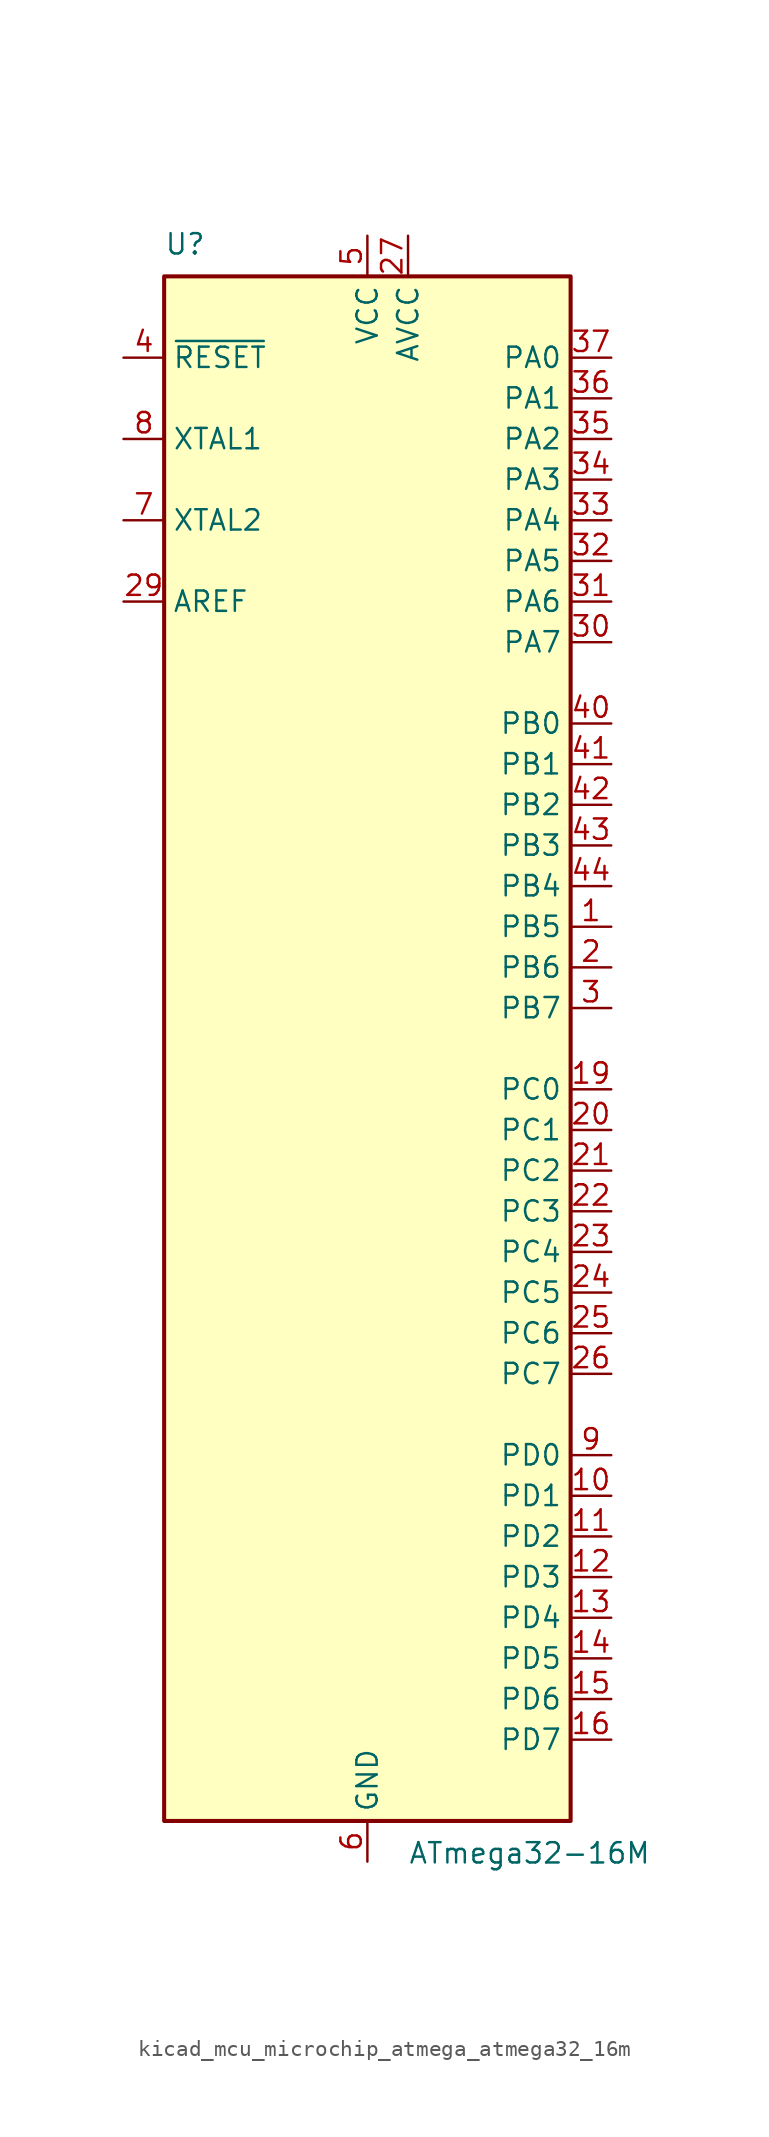
<source format=kicad_sym>
(kicad_symbol_lib
  (version 20220914)
  (generator kicad_symbol_editor)
  (symbol "kicad_mcu_microchip_atmega_atmega32_16m"
    (property "Reference" "U"
      (at -12.7 49.53 0)
      (effects (font (size 1.27 1.27)) (justify left bottom)))
    (property "Value" "ATmega32-16M"
      (at 2.54 -49.53 0)
      (effects (font (size 1.27 1.27)) (justify left top)))
    (symbol "kicad_mcu_microchip_atmega_atmega32_16m_0_1"
      (rectangle (start -12.7 -48.26) (end 12.7 48.26) (stroke (width 0.254) (type default)) (fill (type background))))
    (symbol "kicad_mcu_microchip_atmega_atmega32_16m_1_1"
      (pin bidirectional line (at 15.24 7.62 180) (length 2.54) (name "PB5" (effects (font (size 1.27 1.27)))) (number "1" (effects (font (size 1.27 1.27)))))
      (pin bidirectional line (at 15.24 -27.94 180) (length 2.54) (name "PD1" (effects (font (size 1.27 1.27)))) (number "10" (effects (font (size 1.27 1.27)))))
      (pin bidirectional line (at 15.24 -30.48 180) (length 2.54) (name "PD2" (effects (font (size 1.27 1.27)))) (number "11" (effects (font (size 1.27 1.27)))))
      (pin bidirectional line (at 15.24 -33.02 180) (length 2.54) (name "PD3" (effects (font (size 1.27 1.27)))) (number "12" (effects (font (size 1.27 1.27)))))
      (pin bidirectional line (at 15.24 -35.56 180) (length 2.54) (name "PD4" (effects (font (size 1.27 1.27)))) (number "13" (effects (font (size 1.27 1.27)))))
      (pin bidirectional line (at 15.24 -38.1 180) (length 2.54) (name "PD5" (effects (font (size 1.27 1.27)))) (number "14" (effects (font (size 1.27 1.27)))))
      (pin bidirectional line (at 15.24 -40.64 180) (length 2.54) (name "PD6" (effects (font (size 1.27 1.27)))) (number "15" (effects (font (size 1.27 1.27)))))
      (pin bidirectional line (at 15.24 -43.18 180) (length 2.54) (name "PD7" (effects (font (size 1.27 1.27)))) (number "16" (effects (font (size 1.27 1.27)))))
      (pin passive line (at 0 50.8 270) (length 2.54) hide (name "VCC" (effects (font (size 1.27 1.27)))) (number "17" (effects (font (size 1.27 1.27)))))
      (pin passive line (at 0 -50.8 90) (length 2.54) hide (name "GND" (effects (font (size 1.27 1.27)))) (number "18" (effects (font (size 1.27 1.27)))))
      (pin bidirectional line (at 15.24 -2.54 180) (length 2.54) (name "PC0" (effects (font (size 1.27 1.27)))) (number "19" (effects (font (size 1.27 1.27)))))
      (pin bidirectional line (at 15.24 5.08 180) (length 2.54) (name "PB6" (effects (font (size 1.27 1.27)))) (number "2" (effects (font (size 1.27 1.27)))))
      (pin bidirectional line (at 15.24 -5.08 180) (length 2.54) (name "PC1" (effects (font (size 1.27 1.27)))) (number "20" (effects (font (size 1.27 1.27)))))
      (pin bidirectional line (at 15.24 -7.62 180) (length 2.54) (name "PC2" (effects (font (size 1.27 1.27)))) (number "21" (effects (font (size 1.27 1.27)))))
      (pin bidirectional line (at 15.24 -10.16 180) (length 2.54) (name "PC3" (effects (font (size 1.27 1.27)))) (number "22" (effects (font (size 1.27 1.27)))))
      (pin bidirectional line (at 15.24 -12.7 180) (length 2.54) (name "PC4" (effects (font (size 1.27 1.27)))) (number "23" (effects (font (size 1.27 1.27)))))
      (pin bidirectional line (at 15.24 -15.24 180) (length 2.54) (name "PC5" (effects (font (size 1.27 1.27)))) (number "24" (effects (font (size 1.27 1.27)))))
      (pin bidirectional line (at 15.24 -17.78 180) (length 2.54) (name "PC6" (effects (font (size 1.27 1.27)))) (number "25" (effects (font (size 1.27 1.27)))))
      (pin bidirectional line (at 15.24 -20.32 180) (length 2.54) (name "PC7" (effects (font (size 1.27 1.27)))) (number "26" (effects (font (size 1.27 1.27)))))
      (pin power_in line (at 2.54 50.8 270) (length 2.54) (name "AVCC" (effects (font (size 1.27 1.27)))) (number "27" (effects (font (size 1.27 1.27)))))
      (pin passive line (at 0 -50.8 90) (length 2.54) hide (name "GND" (effects (font (size 1.27 1.27)))) (number "28" (effects (font (size 1.27 1.27)))))
      (pin passive line (at -15.24 27.94 0) (length 2.54) (name "AREF" (effects (font (size 1.27 1.27)))) (number "29" (effects (font (size 1.27 1.27)))))
      (pin bidirectional line (at 15.24 2.54 180) (length 2.54) (name "PB7" (effects (font (size 1.27 1.27)))) (number "3" (effects (font (size 1.27 1.27)))))
      (pin bidirectional line (at 15.24 25.4 180) (length 2.54) (name "PA7" (effects (font (size 1.27 1.27)))) (number "30" (effects (font (size 1.27 1.27)))))
      (pin bidirectional line (at 15.24 27.94 180) (length 2.54) (name "PA6" (effects (font (size 1.27 1.27)))) (number "31" (effects (font (size 1.27 1.27)))))
      (pin bidirectional line (at 15.24 30.48 180) (length 2.54) (name "PA5" (effects (font (size 1.27 1.27)))) (number "32" (effects (font (size 1.27 1.27)))))
      (pin bidirectional line (at 15.24 33.02 180) (length 2.54) (name "PA4" (effects (font (size 1.27 1.27)))) (number "33" (effects (font (size 1.27 1.27)))))
      (pin bidirectional line (at 15.24 35.56 180) (length 2.54) (name "PA3" (effects (font (size 1.27 1.27)))) (number "34" (effects (font (size 1.27 1.27)))))
      (pin bidirectional line (at 15.24 38.1 180) (length 2.54) (name "PA2" (effects (font (size 1.27 1.27)))) (number "35" (effects (font (size 1.27 1.27)))))
      (pin bidirectional line (at 15.24 40.64 180) (length 2.54) (name "PA1" (effects (font (size 1.27 1.27)))) (number "36" (effects (font (size 1.27 1.27)))))
      (pin bidirectional line (at 15.24 43.18 180) (length 2.54) (name "PA0" (effects (font (size 1.27 1.27)))) (number "37" (effects (font (size 1.27 1.27)))))
      (pin passive line (at 0 50.8 270) (length 2.54) hide (name "VCC" (effects (font (size 1.27 1.27)))) (number "38" (effects (font (size 1.27 1.27)))))
      (pin passive line (at 0 -50.8 90) (length 2.54) hide (name "GND" (effects (font (size 1.27 1.27)))) (number "39" (effects (font (size 1.27 1.27)))))
      (pin input line (at -15.24 43.18 0) (length 2.54) (name "~{RESET}" (effects (font (size 1.27 1.27)))) (number "4" (effects (font (size 1.27 1.27)))))
      (pin bidirectional line (at 15.24 20.32 180) (length 2.54) (name "PB0" (effects (font (size 1.27 1.27)))) (number "40" (effects (font (size 1.27 1.27)))))
      (pin bidirectional line (at 15.24 17.78 180) (length 2.54) (name "PB1" (effects (font (size 1.27 1.27)))) (number "41" (effects (font (size 1.27 1.27)))))
      (pin bidirectional line (at 15.24 15.24 180) (length 2.54) (name "PB2" (effects (font (size 1.27 1.27)))) (number "42" (effects (font (size 1.27 1.27)))))
      (pin bidirectional line (at 15.24 12.7 180) (length 2.54) (name "PB3" (effects (font (size 1.27 1.27)))) (number "43" (effects (font (size 1.27 1.27)))))
      (pin bidirectional line (at 15.24 10.16 180) (length 2.54) (name "PB4" (effects (font (size 1.27 1.27)))) (number "44" (effects (font (size 1.27 1.27)))))
      (pin passive line (at 0 -50.8 90) (length 2.54) hide (name "GND" (effects (font (size 1.27 1.27)))) (number "45" (effects (font (size 1.27 1.27)))))
      (pin power_in line (at 0 50.8 270) (length 2.54) (name "VCC" (effects (font (size 1.27 1.27)))) (number "5" (effects (font (size 1.27 1.27)))))
      (pin power_in line (at 0 -50.8 90) (length 2.54) (name "GND" (effects (font (size 1.27 1.27)))) (number "6" (effects (font (size 1.27 1.27)))))
      (pin output line (at -15.24 33.02 0) (length 2.54) (name "XTAL2" (effects (font (size 1.27 1.27)))) (number "7" (effects (font (size 1.27 1.27)))))
      (pin input line (at -15.24 38.1 0) (length 2.54) (name "XTAL1" (effects (font (size 1.27 1.27)))) (number "8" (effects (font (size 1.27 1.27)))))
      (pin bidirectional line (at 15.24 -25.4 180) (length 2.54) (name "PD0" (effects (font (size 1.27 1.27)))) (number "9" (effects (font (size 1.27 1.27))))))))
</source>
